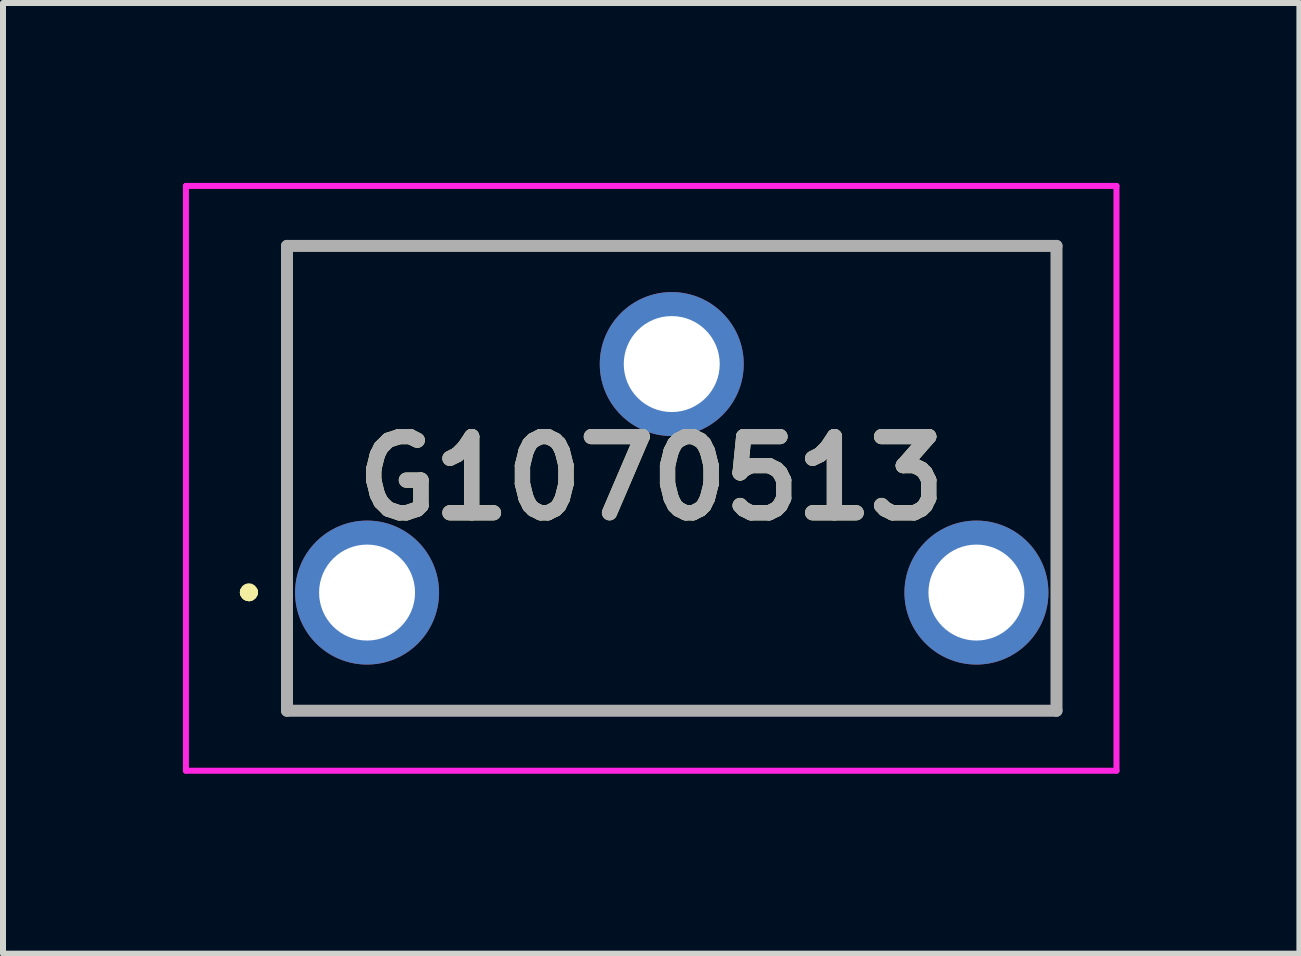
<source format=kicad_pcb>
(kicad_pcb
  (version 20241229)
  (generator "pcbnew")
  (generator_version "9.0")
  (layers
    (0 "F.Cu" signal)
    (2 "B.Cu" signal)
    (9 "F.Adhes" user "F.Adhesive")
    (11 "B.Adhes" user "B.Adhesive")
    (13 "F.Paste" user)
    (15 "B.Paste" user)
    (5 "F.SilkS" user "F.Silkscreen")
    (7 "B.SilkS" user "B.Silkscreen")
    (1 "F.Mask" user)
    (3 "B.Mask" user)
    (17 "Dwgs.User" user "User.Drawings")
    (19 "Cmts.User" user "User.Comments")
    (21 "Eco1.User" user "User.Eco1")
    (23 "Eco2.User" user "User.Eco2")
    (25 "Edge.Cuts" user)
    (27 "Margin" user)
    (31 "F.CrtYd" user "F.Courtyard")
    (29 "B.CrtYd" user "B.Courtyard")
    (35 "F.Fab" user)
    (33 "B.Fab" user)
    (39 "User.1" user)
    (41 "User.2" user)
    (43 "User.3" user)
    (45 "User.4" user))
  (footprint "G1070513"
    (layer "F.Cu")
    (at 3.07 6.83)
    (property "Reference" "G1070513" (at 4.738 -1.905 0) (layer "F.SilkS") (effects (font (size 1.27 1.27) (thickness 0.254))))
    (attr through_hole)
    (fp_line (start -2.02 -0.005) (end -2.02 -0.005) (stroke (width 0.2) (type solid)) (layer "F.SilkS"))
    (fp_line (start -2.02 -0.005) (end -2.02 -0.005) (stroke (width 0.2) (type solid)) (layer "F.SilkS"))
    (fp_line (start -1.92 -0.005) (end -1.92 -0.005) (stroke (width 0.2) (type solid)) (layer "F.SilkS"))
    (fp_line (start -1.335 -5.78) (end -1.335 -5.78) (stroke (width 0.1) (type solid)) (layer "F.SilkS"))
    (fp_line (start -1.335 -5.78) (end -1.335 -5.78) (stroke (width 0.1) (type solid)) (layer "F.SilkS"))
    (fp_line (start -1.335 -5.78) (end -1.335 -1.655) (stroke (width 0.1) (type solid)) (layer "F.SilkS"))
    (fp_line (start -1.335 -5.78) (end 11.495 -5.78) (stroke (width 0.1) (type solid)) (layer "F.SilkS"))
    (fp_line (start -1.335 -1.655) (end -1.335 -5.78) (stroke (width 0.1) (type solid)) (layer "F.SilkS"))
    (fp_line (start -1.335 -1.655) (end -1.335 -1.655) (stroke (width 0.1) (type solid)) (layer "F.SilkS"))
    (fp_line (start -1.335 1.595) (end -1.335 1.595) (stroke (width 0.1) (type solid)) (layer "F.SilkS"))
    (fp_line (start -1.335 1.595) (end -1.335 1.97) (stroke (width 0.1) (type solid)) (layer "F.SilkS"))
    (fp_line (start -1.335 1.97) (end -1.335 1.595) (stroke (width 0.1) (type solid)) (layer "F.SilkS"))
    (fp_line (start -1.335 1.97) (end -1.335 1.97) (stroke (width 0.1) (type solid)) (layer "F.SilkS"))
    (fp_line (start -1.335 1.97) (end -1.335 1.97) (stroke (width 0.1) (type solid)) (layer "F.SilkS"))
    (fp_line (start -1.335 1.97) (end 11.495 1.97) (stroke (width 0.1) (type solid)) (layer "F.SilkS"))
    (fp_line (start 11.495 -5.78) (end -1.335 -5.78) (stroke (width 0.1) (type solid)) (layer "F.SilkS"))
    (fp_line (start 11.495 -5.78) (end 11.495 -5.78) (stroke (width 0.1) (type solid)) (layer "F.SilkS"))
    (fp_line (start 11.495 -5.78) (end 11.495 -5.78) (stroke (width 0.1) (type solid)) (layer "F.SilkS"))
    (fp_line (start 11.495 -5.78) (end 11.495 -1.655) (stroke (width 0.1) (type solid)) (layer "F.SilkS"))
    (fp_line (start 11.495 -1.655) (end 11.495 -5.78) (stroke (width 0.1) (type solid)) (layer "F.SilkS"))
    (fp_line (start 11.495 -1.655) (end 11.495 -1.655) (stroke (width 0.1) (type solid)) (layer "F.SilkS"))
    (fp_line (start 11.495 1.595) (end 11.495 1.595) (stroke (width 0.1) (type solid)) (layer "F.SilkS"))
    (fp_line (start 11.495 1.595) (end 11.495 1.97) (stroke (width 0.1) (type solid)) (layer "F.SilkS"))
    (fp_line (start 11.495 1.97) (end -1.335 1.97) (stroke (width 0.1) (type solid)) (layer "F.SilkS"))
    (fp_line (start 11.495 1.97) (end 11.495 1.595) (stroke (width 0.1) (type solid)) (layer "F.SilkS"))
    (fp_line (start 11.495 1.97) (end 11.495 1.97) (stroke (width 0.1) (type solid)) (layer "F.SilkS"))
    (fp_line (start 11.495 1.97) (end 11.495 1.97) (stroke (width 0.1) (type solid)) (layer "F.SilkS"))
    (fp_arc (start -2.02 -0.005) (mid -1.97 -0.055) (end -1.92 -0.005) (stroke (width 0.2) (type solid)) (layer "F.SilkS"))
    (fp_arc (start -1.92 -0.005) (mid -1.97 0.045) (end -2.02 -0.005) (stroke (width 0.2) (type solid)) (layer "F.SilkS"))
    (fp_arc (start -1.92 -0.005) (mid -1.97 0.045) (end -2.02 -0.005) (stroke (width 0.2) (type solid)) (layer "F.SilkS"))
    (fp_line (start -3.02 -6.78) (end 12.495 -6.78) (stroke (width 0.1) (type solid)) (layer "F.CrtYd"))
    (fp_line (start -3.02 2.97) (end -3.02 -6.78) (stroke (width 0.1) (type solid)) (layer "F.CrtYd"))
    (fp_line (start 12.495 -6.78) (end 12.495 2.97) (stroke (width 0.1) (type solid)) (layer "F.CrtYd"))
    (fp_line (start 12.495 2.97) (end -3.02 2.97) (stroke (width 0.1) (type solid)) (layer "F.CrtYd"))
    (fp_line (start -1.335 -5.78) (end -1.335 1.97) (stroke (width 0.2) (type solid)) (layer "F.Fab"))
    (fp_line (start -1.335 1.97) (end 11.495 1.97) (stroke (width 0.2) (type solid)) (layer "F.Fab"))
    (fp_line (start 11.495 -5.78) (end -1.335 -5.78) (stroke (width 0.2) (type solid)) (layer "F.Fab"))
    (fp_line (start 11.495 1.97) (end 11.495 -5.78) (stroke (width 0.2) (type solid)) (layer "F.Fab"))
    (fp_text user "${REFERENCE}" (at 4.738 -1.905 0) (layer "F.Fab") (effects (font (size 1.27 1.27) (thickness 0.254))))
    (pad "1" thru_hole circle (at 0 0) (size 2.4 2.4) (drill 1.6) (layers "*.Cu" "*.Mask"))
    (pad "2" thru_hole circle (at 10.16 0) (size 2.4 2.4) (drill 1.6) (layers "*.Cu" "*.Mask"))
    (pad "3" thru_hole circle (at 5.08 -3.81) (size 2.4 2.4) (drill 1.6) (layers "*.Cu" "*.Mask")))
  (gr_rect
    (start -3 -3)
    (end 18.615 12.85)
    (stroke (width 0.1) (type default))
    (fill no)
    (layer "Edge.Cuts")))
</source>
